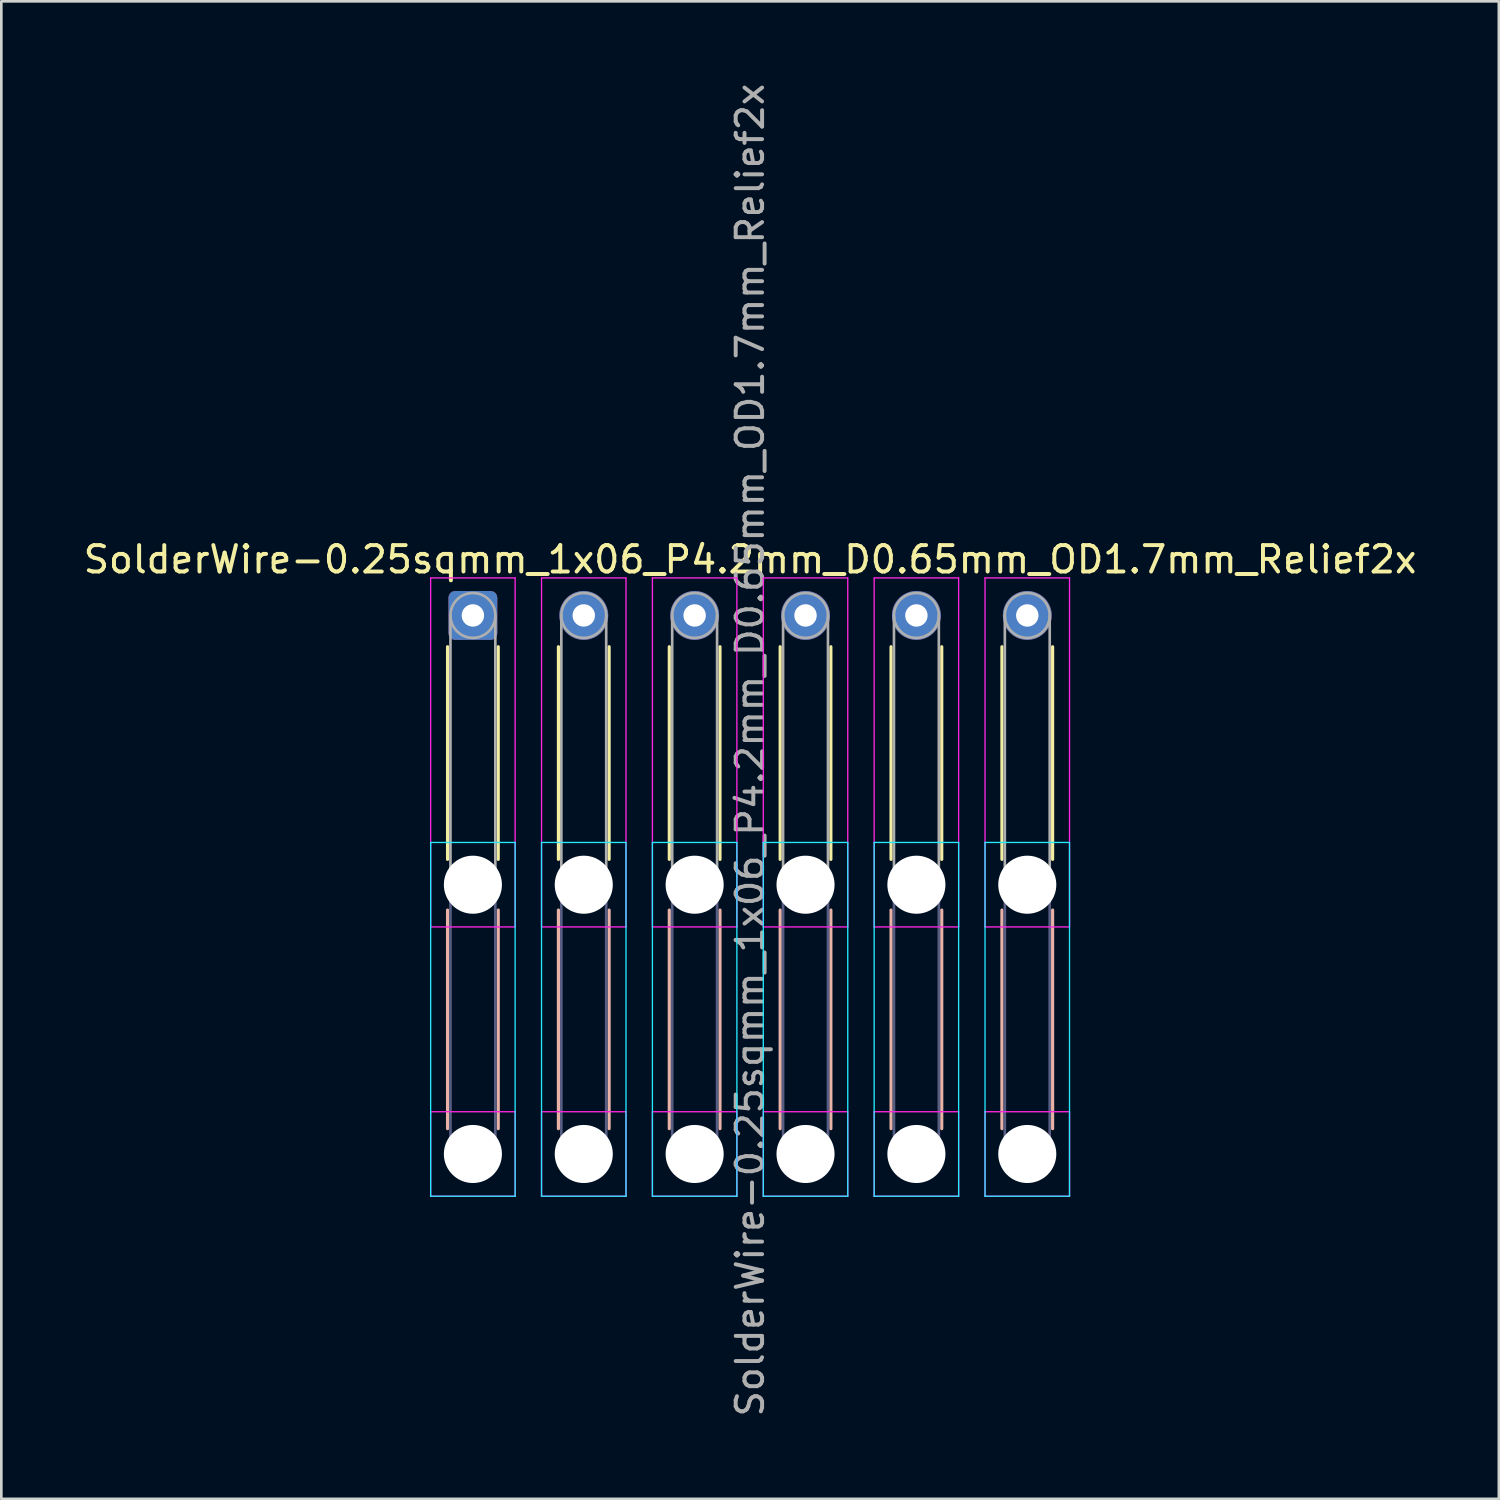
<source format=kicad_pcb>
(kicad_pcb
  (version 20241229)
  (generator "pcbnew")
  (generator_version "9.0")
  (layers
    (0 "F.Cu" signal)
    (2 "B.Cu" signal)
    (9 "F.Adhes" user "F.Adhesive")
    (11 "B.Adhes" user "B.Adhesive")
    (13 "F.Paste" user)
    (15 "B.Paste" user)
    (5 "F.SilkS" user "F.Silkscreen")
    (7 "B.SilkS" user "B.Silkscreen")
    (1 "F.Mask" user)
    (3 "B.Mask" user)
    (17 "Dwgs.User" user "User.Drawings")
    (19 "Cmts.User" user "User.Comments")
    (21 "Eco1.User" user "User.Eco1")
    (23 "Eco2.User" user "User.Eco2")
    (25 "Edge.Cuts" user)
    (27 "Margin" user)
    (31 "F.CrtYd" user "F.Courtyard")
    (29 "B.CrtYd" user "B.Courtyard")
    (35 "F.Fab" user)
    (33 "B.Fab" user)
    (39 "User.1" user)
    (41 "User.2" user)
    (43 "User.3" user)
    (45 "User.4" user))
  (footprint "SolderWire-0.25sqmm_1x06_P4.2mm_D0.65mm_OD1.7mm_Relief2x"
    (layer "F.Cu")
    (at 14.863 20.263)
    (property "Reference" "SolderWire-0.25sqmm_1x06_P4.2mm_D0.65mm_OD1.7mm_Relief2x" (at 10.5 -2.12 0) (layer "F.SilkS") (effects (font (size 1 1) (thickness 0.15))))
    (attr exclude_from_pos_files exclude_from_bom)
    (fp_line (start -0.96 1.185) (end -0.96 9.24) (stroke (width 0.12) (type solid)) (layer "F.SilkS"))
    (fp_line (start 0.96 1.185) (end 0.96 9.24) (stroke (width 0.12) (type solid)) (layer "F.SilkS"))
    (fp_line (start 3.24 1.185) (end 3.24 9.24) (stroke (width 0.12) (type solid)) (layer "F.SilkS"))
    (fp_line (start 5.16 1.185) (end 5.16 9.24) (stroke (width 0.12) (type solid)) (layer "F.SilkS"))
    (fp_line (start 7.44 1.185) (end 7.44 9.24) (stroke (width 0.12) (type solid)) (layer "F.SilkS"))
    (fp_line (start 9.36 1.185) (end 9.36 9.24) (stroke (width 0.12) (type solid)) (layer "F.SilkS"))
    (fp_line (start 11.64 1.185) (end 11.64 9.24) (stroke (width 0.12) (type solid)) (layer "F.SilkS"))
    (fp_line (start 13.56 1.185) (end 13.56 9.24) (stroke (width 0.12) (type solid)) (layer "F.SilkS"))
    (fp_line (start 15.84 1.185) (end 15.84 9.24) (stroke (width 0.12) (type solid)) (layer "F.SilkS"))
    (fp_line (start 17.76 1.185) (end 17.76 9.24) (stroke (width 0.12) (type solid)) (layer "F.SilkS"))
    (fp_line (start 20.04 1.185) (end 20.04 9.24) (stroke (width 0.12) (type solid)) (layer "F.SilkS"))
    (fp_line (start 21.96 1.185) (end 21.96 9.24) (stroke (width 0.12) (type solid)) (layer "F.SilkS"))
    (fp_line (start -0.96 11.16) (end -0.96 19.44) (stroke (width 0.12) (type solid)) (layer "B.SilkS"))
    (fp_line (start 0.96 11.16) (end 0.96 19.44) (stroke (width 0.12) (type solid)) (layer "B.SilkS"))
    (fp_line (start 3.24 11.16) (end 3.24 19.44) (stroke (width 0.12) (type solid)) (layer "B.SilkS"))
    (fp_line (start 5.16 11.16) (end 5.16 19.44) (stroke (width 0.12) (type solid)) (layer "B.SilkS"))
    (fp_line (start 7.44 11.16) (end 7.44 19.44) (stroke (width 0.12) (type solid)) (layer "B.SilkS"))
    (fp_line (start 9.36 11.16) (end 9.36 19.44) (stroke (width 0.12) (type solid)) (layer "B.SilkS"))
    (fp_line (start 11.64 11.16) (end 11.64 19.44) (stroke (width 0.12) (type solid)) (layer "B.SilkS"))
    (fp_line (start 13.56 11.16) (end 13.56 19.44) (stroke (width 0.12) (type solid)) (layer "B.SilkS"))
    (fp_line (start 15.84 11.16) (end 15.84 19.44) (stroke (width 0.12) (type solid)) (layer "B.SilkS"))
    (fp_line (start 17.76 11.16) (end 17.76 19.44) (stroke (width 0.12) (type solid)) (layer "B.SilkS"))
    (fp_line (start 20.04 11.16) (end 20.04 19.44) (stroke (width 0.12) (type solid)) (layer "B.SilkS"))
    (fp_line (start 21.96 11.16) (end 21.96 19.44) (stroke (width 0.12) (type solid)) (layer "B.SilkS"))
    (fp_line (start -1.6 8.6) (end -1.6 22) (stroke (width 0.05) (type solid)) (layer "B.CrtYd"))
    (fp_line (start -1.6 22) (end 1.6 22) (stroke (width 0.05) (type solid)) (layer "B.CrtYd"))
    (fp_line (start 1.6 8.6) (end -1.6 8.6) (stroke (width 0.05) (type solid)) (layer "B.CrtYd"))
    (fp_line (start 1.6 22) (end 1.6 8.6) (stroke (width 0.05) (type solid)) (layer "B.CrtYd"))
    (fp_line (start 2.6 8.6) (end 2.6 22) (stroke (width 0.05) (type solid)) (layer "B.CrtYd"))
    (fp_line (start 2.6 22) (end 5.8 22) (stroke (width 0.05) (type solid)) (layer "B.CrtYd"))
    (fp_line (start 5.8 8.6) (end 2.6 8.6) (stroke (width 0.05) (type solid)) (layer "B.CrtYd"))
    (fp_line (start 5.8 22) (end 5.8 8.6) (stroke (width 0.05) (type solid)) (layer "B.CrtYd"))
    (fp_line (start 6.8 8.6) (end 6.8 22) (stroke (width 0.05) (type solid)) (layer "B.CrtYd"))
    (fp_line (start 6.8 22) (end 10 22) (stroke (width 0.05) (type solid)) (layer "B.CrtYd"))
    (fp_line (start 10 8.6) (end 6.8 8.6) (stroke (width 0.05) (type solid)) (layer "B.CrtYd"))
    (fp_line (start 10 22) (end 10 8.6) (stroke (width 0.05) (type solid)) (layer "B.CrtYd"))
    (fp_line (start 11 8.6) (end 11 22) (stroke (width 0.05) (type solid)) (layer "B.CrtYd"))
    (fp_line (start 11 22) (end 14.2 22) (stroke (width 0.05) (type solid)) (layer "B.CrtYd"))
    (fp_line (start 14.2 8.6) (end 11 8.6) (stroke (width 0.05) (type solid)) (layer "B.CrtYd"))
    (fp_line (start 14.2 22) (end 14.2 8.6) (stroke (width 0.05) (type solid)) (layer "B.CrtYd"))
    (fp_line (start 15.2 8.6) (end 15.2 22) (stroke (width 0.05) (type solid)) (layer "B.CrtYd"))
    (fp_line (start 15.2 22) (end 18.4 22) (stroke (width 0.05) (type solid)) (layer "B.CrtYd"))
    (fp_line (start 18.4 8.6) (end 15.2 8.6) (stroke (width 0.05) (type solid)) (layer "B.CrtYd"))
    (fp_line (start 18.4 22) (end 18.4 8.6) (stroke (width 0.05) (type solid)) (layer "B.CrtYd"))
    (fp_line (start 19.4 8.6) (end 19.4 22) (stroke (width 0.05) (type solid)) (layer "B.CrtYd"))
    (fp_line (start 19.4 22) (end 22.6 22) (stroke (width 0.05) (type solid)) (layer "B.CrtYd"))
    (fp_line (start 22.6 8.6) (end 19.4 8.6) (stroke (width 0.05) (type solid)) (layer "B.CrtYd"))
    (fp_line (start 22.6 22) (end 22.6 8.6) (stroke (width 0.05) (type solid)) (layer "B.CrtYd"))
    (fp_line (start -1.6 -1.42) (end -1.6 11.8) (stroke (width 0.05) (type solid)) (layer "F.CrtYd"))
    (fp_line (start -1.6 11.8) (end 1.6 11.8) (stroke (width 0.05) (type solid)) (layer "F.CrtYd"))
    (fp_line (start -1.6 18.8) (end -1.6 22) (stroke (width 0.05) (type solid)) (layer "F.CrtYd"))
    (fp_line (start -1.6 22) (end 1.6 22) (stroke (width 0.05) (type solid)) (layer "F.CrtYd"))
    (fp_line (start 1.6 -1.42) (end -1.6 -1.42) (stroke (width 0.05) (type solid)) (layer "F.CrtYd"))
    (fp_line (start 1.6 11.8) (end 1.6 -1.42) (stroke (width 0.05) (type solid)) (layer "F.CrtYd"))
    (fp_line (start 1.6 18.8) (end -1.6 18.8) (stroke (width 0.05) (type solid)) (layer "F.CrtYd"))
    (fp_line (start 1.6 22) (end 1.6 18.8) (stroke (width 0.05) (type solid)) (layer "F.CrtYd"))
    (fp_line (start 2.6 -1.42) (end 2.6 11.8) (stroke (width 0.05) (type solid)) (layer "F.CrtYd"))
    (fp_line (start 2.6 11.8) (end 5.8 11.8) (stroke (width 0.05) (type solid)) (layer "F.CrtYd"))
    (fp_line (start 2.6 18.8) (end 2.6 22) (stroke (width 0.05) (type solid)) (layer "F.CrtYd"))
    (fp_line (start 2.6 22) (end 5.8 22) (stroke (width 0.05) (type solid)) (layer "F.CrtYd"))
    (fp_line (start 5.8 -1.42) (end 2.6 -1.42) (stroke (width 0.05) (type solid)) (layer "F.CrtYd"))
    (fp_line (start 5.8 11.8) (end 5.8 -1.42) (stroke (width 0.05) (type solid)) (layer "F.CrtYd"))
    (fp_line (start 5.8 18.8) (end 2.6 18.8) (stroke (width 0.05) (type solid)) (layer "F.CrtYd"))
    (fp_line (start 5.8 22) (end 5.8 18.8) (stroke (width 0.05) (type solid)) (layer "F.CrtYd"))
    (fp_line (start 6.8 -1.42) (end 6.8 11.8) (stroke (width 0.05) (type solid)) (layer "F.CrtYd"))
    (fp_line (start 6.8 11.8) (end 10 11.8) (stroke (width 0.05) (type solid)) (layer "F.CrtYd"))
    (fp_line (start 6.8 18.8) (end 6.8 22) (stroke (width 0.05) (type solid)) (layer "F.CrtYd"))
    (fp_line (start 6.8 22) (end 10 22) (stroke (width 0.05) (type solid)) (layer "F.CrtYd"))
    (fp_line (start 10 -1.42) (end 6.8 -1.42) (stroke (width 0.05) (type solid)) (layer "F.CrtYd"))
    (fp_line (start 10 11.8) (end 10 -1.42) (stroke (width 0.05) (type solid)) (layer "F.CrtYd"))
    (fp_line (start 10 18.8) (end 6.8 18.8) (stroke (width 0.05) (type solid)) (layer "F.CrtYd"))
    (fp_line (start 10 22) (end 10 18.8) (stroke (width 0.05) (type solid)) (layer "F.CrtYd"))
    (fp_line (start 11 -1.42) (end 11 11.8) (stroke (width 0.05) (type solid)) (layer "F.CrtYd"))
    (fp_line (start 11 11.8) (end 14.2 11.8) (stroke (width 0.05) (type solid)) (layer "F.CrtYd"))
    (fp_line (start 11 18.8) (end 11 22) (stroke (width 0.05) (type solid)) (layer "F.CrtYd"))
    (fp_line (start 11 22) (end 14.2 22) (stroke (width 0.05) (type solid)) (layer "F.CrtYd"))
    (fp_line (start 14.2 -1.42) (end 11 -1.42) (stroke (width 0.05) (type solid)) (layer "F.CrtYd"))
    (fp_line (start 14.2 11.8) (end 14.2 -1.42) (stroke (width 0.05) (type solid)) (layer "F.CrtYd"))
    (fp_line (start 14.2 18.8) (end 11 18.8) (stroke (width 0.05) (type solid)) (layer "F.CrtYd"))
    (fp_line (start 14.2 22) (end 14.2 18.8) (stroke (width 0.05) (type solid)) (layer "F.CrtYd"))
    (fp_line (start 15.2 -1.42) (end 15.2 11.8) (stroke (width 0.05) (type solid)) (layer "F.CrtYd"))
    (fp_line (start 15.2 11.8) (end 18.4 11.8) (stroke (width 0.05) (type solid)) (layer "F.CrtYd"))
    (fp_line (start 15.2 18.8) (end 15.2 22) (stroke (width 0.05) (type solid)) (layer "F.CrtYd"))
    (fp_line (start 15.2 22) (end 18.4 22) (stroke (width 0.05) (type solid)) (layer "F.CrtYd"))
    (fp_line (start 18.4 -1.42) (end 15.2 -1.42) (stroke (width 0.05) (type solid)) (layer "F.CrtYd"))
    (fp_line (start 18.4 11.8) (end 18.4 -1.42) (stroke (width 0.05) (type solid)) (layer "F.CrtYd"))
    (fp_line (start 18.4 18.8) (end 15.2 18.8) (stroke (width 0.05) (type solid)) (layer "F.CrtYd"))
    (fp_line (start 18.4 22) (end 18.4 18.8) (stroke (width 0.05) (type solid)) (layer "F.CrtYd"))
    (fp_line (start 19.4 -1.42) (end 19.4 11.8) (stroke (width 0.05) (type solid)) (layer "F.CrtYd"))
    (fp_line (start 19.4 11.8) (end 22.6 11.8) (stroke (width 0.05) (type solid)) (layer "F.CrtYd"))
    (fp_line (start 19.4 18.8) (end 19.4 22) (stroke (width 0.05) (type solid)) (layer "F.CrtYd"))
    (fp_line (start 19.4 22) (end 22.6 22) (stroke (width 0.05) (type solid)) (layer "F.CrtYd"))
    (fp_line (start 22.6 -1.42) (end 19.4 -1.42) (stroke (width 0.05) (type solid)) (layer "F.CrtYd"))
    (fp_line (start 22.6 11.8) (end 22.6 -1.42) (stroke (width 0.05) (type solid)) (layer "F.CrtYd"))
    (fp_line (start 22.6 18.8) (end 19.4 18.8) (stroke (width 0.05) (type solid)) (layer "F.CrtYd"))
    (fp_line (start 22.6 22) (end 22.6 18.8) (stroke (width 0.05) (type solid)) (layer "F.CrtYd"))
    (fp_line (start -0.85 10.2) (end -0.85 20.4) (stroke (width 0.1) (type solid)) (layer "B.Fab"))
    (fp_line (start 0.85 10.2) (end 0.85 20.4) (stroke (width 0.1) (type solid)) (layer "B.Fab"))
    (fp_line (start 3.35 10.2) (end 3.35 20.4) (stroke (width 0.1) (type solid)) (layer "B.Fab"))
    (fp_line (start 5.05 10.2) (end 5.05 20.4) (stroke (width 0.1) (type solid)) (layer "B.Fab"))
    (fp_line (start 7.55 10.2) (end 7.55 20.4) (stroke (width 0.1) (type solid)) (layer "B.Fab"))
    (fp_line (start 9.25 10.2) (end 9.25 20.4) (stroke (width 0.1) (type solid)) (layer "B.Fab"))
    (fp_line (start 11.75 10.2) (end 11.75 20.4) (stroke (width 0.1) (type solid)) (layer "B.Fab"))
    (fp_line (start 13.45 10.2) (end 13.45 20.4) (stroke (width 0.1) (type solid)) (layer "B.Fab"))
    (fp_line (start 15.95 10.2) (end 15.95 20.4) (stroke (width 0.1) (type solid)) (layer "B.Fab"))
    (fp_line (start 17.65 10.2) (end 17.65 20.4) (stroke (width 0.1) (type solid)) (layer "B.Fab"))
    (fp_line (start 20.15 10.2) (end 20.15 20.4) (stroke (width 0.1) (type solid)) (layer "B.Fab"))
    (fp_line (start 21.85 10.2) (end 21.85 20.4) (stroke (width 0.1) (type solid)) (layer "B.Fab"))
    (fp_circle (center 0 10.2) (end 0.85 10.2) (stroke (width 0.1) (type solid)) (fill no) (layer "B.Fab"))
    (fp_circle (center 0 20.4) (end 0.85 20.4) (stroke (width 0.1) (type solid)) (fill no) (layer "B.Fab"))
    (fp_circle (center 4.2 10.2) (end 5.05 10.2) (stroke (width 0.1) (type solid)) (fill no) (layer "B.Fab"))
    (fp_circle (center 4.2 20.4) (end 5.05 20.4) (stroke (width 0.1) (type solid)) (fill no) (layer "B.Fab"))
    (fp_circle (center 8.4 10.2) (end 9.25 10.2) (stroke (width 0.1) (type solid)) (fill no) (layer "B.Fab"))
    (fp_circle (center 8.4 20.4) (end 9.25 20.4) (stroke (width 0.1) (type solid)) (fill no) (layer "B.Fab"))
    (fp_circle (center 12.6 10.2) (end 13.45 10.2) (stroke (width 0.1) (type solid)) (fill no) (layer "B.Fab"))
    (fp_circle (center 12.6 20.4) (end 13.45 20.4) (stroke (width 0.1) (type solid)) (fill no) (layer "B.Fab"))
    (fp_circle (center 16.8 10.2) (end 17.65 10.2) (stroke (width 0.1) (type solid)) (fill no) (layer "B.Fab"))
    (fp_circle (center 16.8 20.4) (end 17.65 20.4) (stroke (width 0.1) (type solid)) (fill no) (layer "B.Fab"))
    (fp_circle (center 21 10.2) (end 21.85 10.2) (stroke (width 0.1) (type solid)) (fill no) (layer "B.Fab"))
    (fp_circle (center 21 20.4) (end 21.85 20.4) (stroke (width 0.1) (type solid)) (fill no) (layer "B.Fab"))
    (fp_line (start -0.85 0) (end -0.85 10.2) (stroke (width 0.1) (type solid)) (layer "F.Fab"))
    (fp_line (start 0.85 0) (end 0.85 10.2) (stroke (width 0.1) (type solid)) (layer "F.Fab"))
    (fp_line (start 3.35 0) (end 3.35 10.2) (stroke (width 0.1) (type solid)) (layer "F.Fab"))
    (fp_line (start 5.05 0) (end 5.05 10.2) (stroke (width 0.1) (type solid)) (layer "F.Fab"))
    (fp_line (start 7.55 0) (end 7.55 10.2) (stroke (width 0.1) (type solid)) (layer "F.Fab"))
    (fp_line (start 9.25 0) (end 9.25 10.2) (stroke (width 0.1) (type solid)) (layer "F.Fab"))
    (fp_line (start 11.75 0) (end 11.75 10.2) (stroke (width 0.1) (type solid)) (layer "F.Fab"))
    (fp_line (start 13.45 0) (end 13.45 10.2) (stroke (width 0.1) (type solid)) (layer "F.Fab"))
    (fp_line (start 15.95 0) (end 15.95 10.2) (stroke (width 0.1) (type solid)) (layer "F.Fab"))
    (fp_line (start 17.65 0) (end 17.65 10.2) (stroke (width 0.1) (type solid)) (layer "F.Fab"))
    (fp_line (start 20.15 0) (end 20.15 10.2) (stroke (width 0.1) (type solid)) (layer "F.Fab"))
    (fp_line (start 21.85 0) (end 21.85 10.2) (stroke (width 0.1) (type solid)) (layer "F.Fab"))
    (fp_circle (center 0 0) (end 0.85 0) (stroke (width 0.1) (type solid)) (fill no) (layer "F.Fab"))
    (fp_circle (center 0 10.2) (end 0.85 10.2) (stroke (width 0.1) (type solid)) (fill no) (layer "F.Fab"))
    (fp_circle (center 0 20.4) (end 0.85 20.4) (stroke (width 0.1) (type solid)) (fill no) (layer "F.Fab"))
    (fp_circle (center 4.2 0) (end 5.05 0) (stroke (width 0.1) (type solid)) (fill no) (layer "F.Fab"))
    (fp_circle (center 4.2 10.2) (end 5.05 10.2) (stroke (width 0.1) (type solid)) (fill no) (layer "F.Fab"))
    (fp_circle (center 4.2 20.4) (end 5.05 20.4) (stroke (width 0.1) (type solid)) (fill no) (layer "F.Fab"))
    (fp_circle (center 8.4 0) (end 9.25 0) (stroke (width 0.1) (type solid)) (fill no) (layer "F.Fab"))
    (fp_circle (center 8.4 10.2) (end 9.25 10.2) (stroke (width 0.1) (type solid)) (fill no) (layer "F.Fab"))
    (fp_circle (center 8.4 20.4) (end 9.25 20.4) (stroke (width 0.1) (type solid)) (fill no) (layer "F.Fab"))
    (fp_circle (center 12.6 0) (end 13.45 0) (stroke (width 0.1) (type solid)) (fill no) (layer "F.Fab"))
    (fp_circle (center 12.6 10.2) (end 13.45 10.2) (stroke (width 0.1) (type solid)) (fill no) (layer "F.Fab"))
    (fp_circle (center 12.6 20.4) (end 13.45 20.4) (stroke (width 0.1) (type solid)) (fill no) (layer "F.Fab"))
    (fp_circle (center 16.8 0) (end 17.65 0) (stroke (width 0.1) (type solid)) (fill no) (layer "F.Fab"))
    (fp_circle (center 16.8 10.2) (end 17.65 10.2) (stroke (width 0.1) (type solid)) (fill no) (layer "F.Fab"))
    (fp_circle (center 16.8 20.4) (end 17.65 20.4) (stroke (width 0.1) (type solid)) (fill no) (layer "F.Fab"))
    (fp_circle (center 21 0) (end 21.85 0) (stroke (width 0.1) (type solid)) (fill no) (layer "F.Fab"))
    (fp_circle (center 21 10.2) (end 21.85 10.2) (stroke (width 0.1) (type solid)) (fill no) (layer "F.Fab"))
    (fp_circle (center 21 20.4) (end 21.85 20.4) (stroke (width 0.1) (type solid)) (fill no) (layer "F.Fab"))
    (fp_text user "${REFERENCE}" (at 10.5 5.1 90) (layer "F.Fab") (effects (font (size 1 1) (thickness 0.15))))
    (pad "" np_thru_hole circle (at 0 10.2) (size 2.2 2.2) (drill 2.2) (layers "*.Cu" "*.Mask"))
    (pad "" np_thru_hole circle (at 0 20.4) (size 2.2 2.2) (drill 2.2) (layers "*.Cu" "*.Mask"))
    (pad "" np_thru_hole circle (at 4.2 10.2) (size 2.2 2.2) (drill 2.2) (layers "*.Cu" "*.Mask"))
    (pad "" np_thru_hole circle (at 4.2 20.4) (size 2.2 2.2) (drill 2.2) (layers "*.Cu" "*.Mask"))
    (pad "" np_thru_hole circle (at 8.4 10.2) (size 2.2 2.2) (drill 2.2) (layers "*.Cu" "*.Mask"))
    (pad "" np_thru_hole circle (at 8.4 20.4) (size 2.2 2.2) (drill 2.2) (layers "*.Cu" "*.Mask"))
    (pad "" np_thru_hole circle (at 12.6 10.2) (size 2.2 2.2) (drill 2.2) (layers "*.Cu" "*.Mask"))
    (pad "" np_thru_hole circle (at 12.6 20.4) (size 2.2 2.2) (drill 2.2) (layers "*.Cu" "*.Mask"))
    (pad "" np_thru_hole circle (at 16.8 10.2) (size 2.2 2.2) (drill 2.2) (layers "*.Cu" "*.Mask"))
    (pad "" np_thru_hole circle (at 16.8 20.4) (size 2.2 2.2) (drill 2.2) (layers "*.Cu" "*.Mask"))
    (pad "" np_thru_hole circle (at 21 10.2) (size 2.2 2.2) (drill 2.2) (layers "*.Cu" "*.Mask"))
    (pad "" np_thru_hole circle (at 21 20.4) (size 2.2 2.2) (drill 2.2) (layers "*.Cu" "*.Mask"))
    (pad "1" thru_hole roundrect (at 0 0) (size 1.85 1.85) (drill 0.85) (layers "*.Cu" "*.Mask") (roundrect_rratio 0.135))
    (pad "2" thru_hole circle (at 4.2 0) (size 1.85 1.85) (drill 0.85) (layers "*.Cu" "*.Mask"))
    (pad "3" thru_hole circle (at 8.4 0) (size 1.85 1.85) (drill 0.85) (layers "*.Cu" "*.Mask"))
    (pad "4" thru_hole circle (at 12.6 0) (size 1.85 1.85) (drill 0.85) (layers "*.Cu" "*.Mask"))
    (pad "5" thru_hole circle (at 16.8 0) (size 1.85 1.85) (drill 0.85) (layers "*.Cu" "*.Mask"))
    (pad "6" thru_hole circle (at 21 0) (size 1.85 1.85) (drill 0.85) (layers "*.Cu" "*.Mask")))
  (gr_rect
    (start -3 -3)
    (end 53.726 53.726)
    (stroke (width 0.1) (type default))
    (fill no)
    (layer "Edge.Cuts")))
</source>
